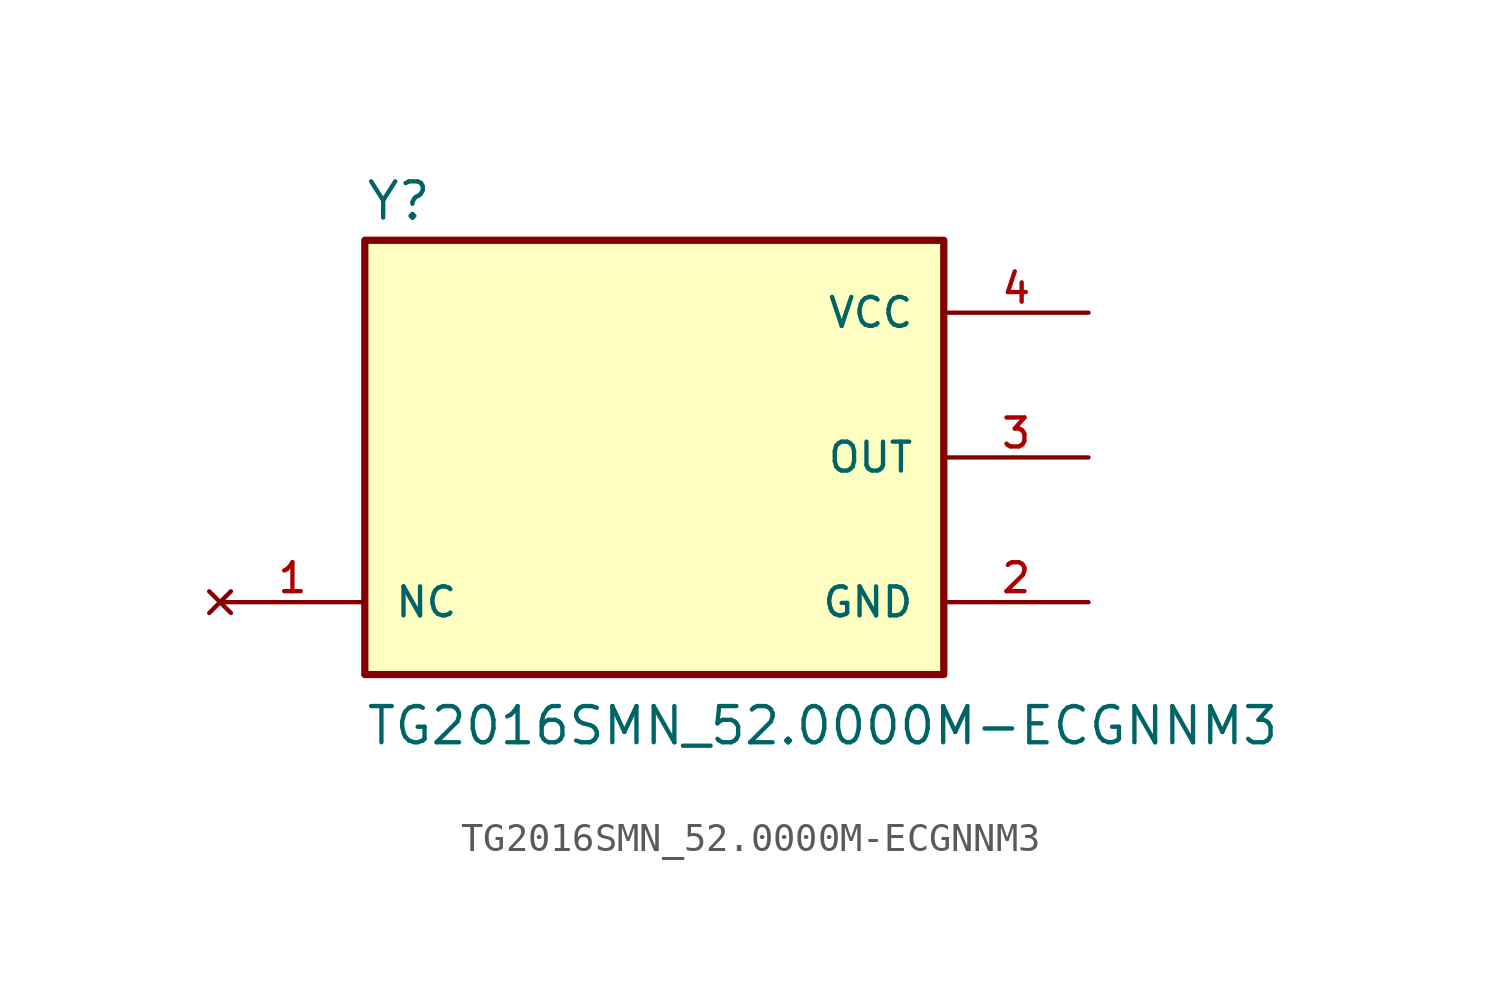
<source format=kicad_sym>
(kicad_symbol_lib
  (version 20211014)
  (generator kicad_symbol_editor)
  (symbol "TG2016SMN_52.0000M-ECGNNM3"
    (pin_names
      (offset 1.016))
    (property "Reference" "Y"
      (at -10.16 8.255 0)
      (effects (font (size 1.27 1.27)) (justify bottom left)))
    (property "Value" "TG2016SMN_52.0000M-ECGNNM3"
      (at -10.16 -10.16 0)
      (effects (font (size 1.27 1.27)) (justify bottom left)))
    (symbol "TG2016SMN_52.0000M-ECGNNM3_0_0"
      (rectangle (start -10.16 -7.62) (end 10.16 7.62) (stroke (width 0.254)) (fill (type background)))
      (pin no_connect line (at -15.24 -5.08 0) (length 5.08) (name "NC" (effects (font (size 1.016 1.016)))) (number "1" (effects (font (size 1.016 1.016)))))
      (pin power_in line (at 15.24 5.08 180.0) (length 5.08) (name "VCC" (effects (font (size 1.016 1.016)))) (number "4" (effects (font (size 1.016 1.016)))))
      (pin power_in line (at 15.24 -5.08 180.0) (length 5.08) (name "GND" (effects (font (size 1.016 1.016)))) (number "2" (effects (font (size 1.016 1.016)))))
      (pin output line (at 15.24 0.0 180.0) (length 5.08) (name "OUT" (effects (font (size 1.016 1.016)))) (number "3" (effects (font (size 1.016 1.016))))))))
</source>
